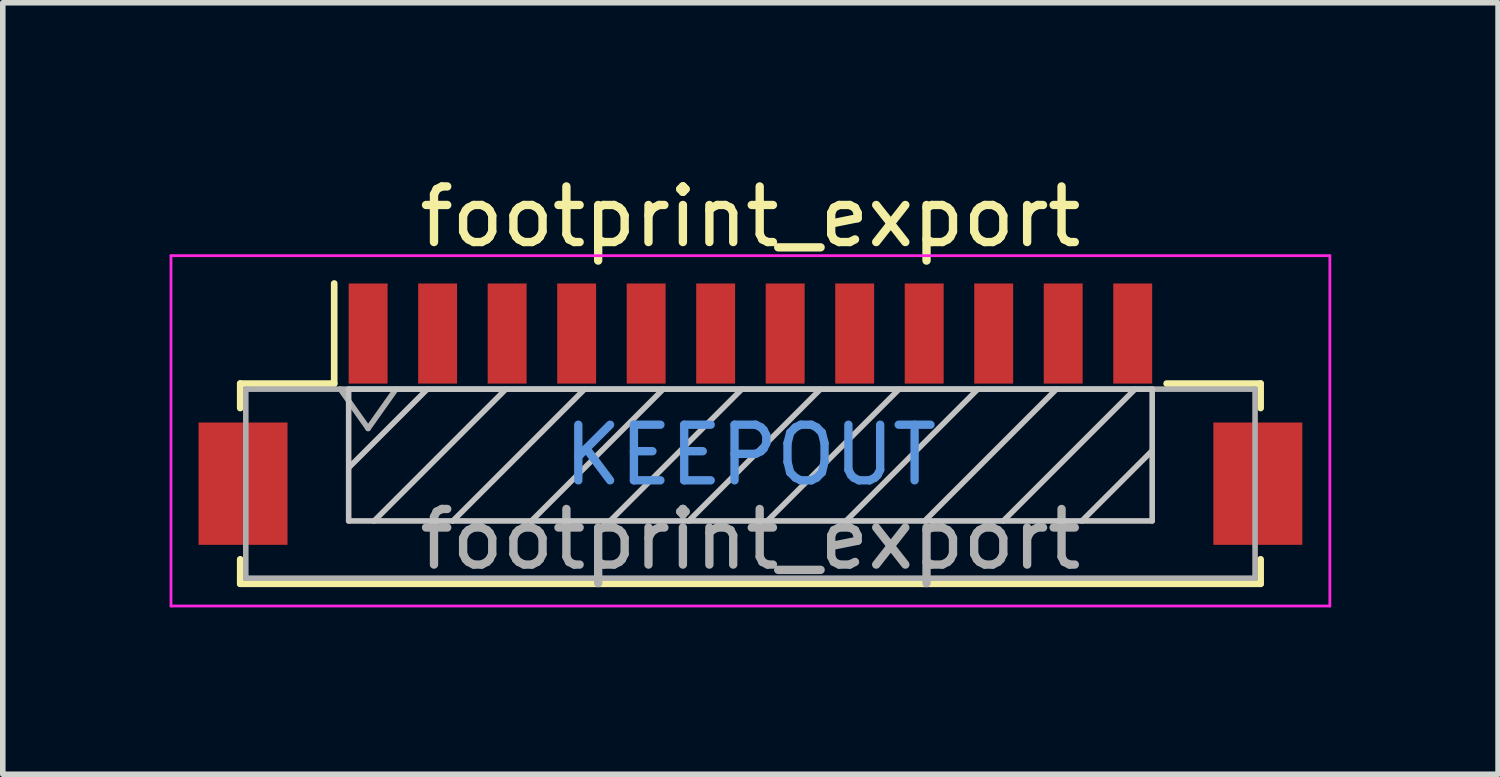
<source format=kicad_pcb>
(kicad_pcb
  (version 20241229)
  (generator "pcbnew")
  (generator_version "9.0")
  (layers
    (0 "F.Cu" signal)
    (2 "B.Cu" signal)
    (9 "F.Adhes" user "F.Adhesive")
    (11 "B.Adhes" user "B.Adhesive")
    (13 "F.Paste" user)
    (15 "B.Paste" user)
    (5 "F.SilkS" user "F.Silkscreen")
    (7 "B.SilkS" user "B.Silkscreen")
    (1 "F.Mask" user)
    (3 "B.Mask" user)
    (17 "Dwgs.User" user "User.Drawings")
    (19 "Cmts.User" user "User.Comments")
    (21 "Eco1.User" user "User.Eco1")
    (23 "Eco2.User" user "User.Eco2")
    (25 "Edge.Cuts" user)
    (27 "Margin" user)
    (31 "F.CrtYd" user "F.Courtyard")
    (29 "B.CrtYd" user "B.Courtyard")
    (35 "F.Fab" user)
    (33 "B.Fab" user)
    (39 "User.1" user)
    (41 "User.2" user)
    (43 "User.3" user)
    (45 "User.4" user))
  (footprint "footprint_export"
    (layer "F.Cu")
    (at 10.445 4.398)
    (property "Reference" "footprint_export" (at 0 -3.55 0) (layer "F.SilkS") (effects (font (size 1 1) (thickness 0.15))))
    (attr smd)
    (fp_line (start -9.175 -0.55) (end -9.175 -0.11) (stroke (width 0.12) (type solid)) (layer "F.SilkS"))
    (fp_line (start -9.175 2.61) (end -9.175 3.05) (stroke (width 0.12) (type solid)) (layer "F.SilkS"))
    (fp_line (start -9.175 3.05) (end 9.175 3.05) (stroke (width 0.12) (type solid)) (layer "F.SilkS"))
    (fp_line (start -7.485 -0.55) (end -9.175 -0.55) (stroke (width 0.12) (type solid)) (layer "F.SilkS"))
    (fp_line (start -7.485 -0.55) (end -7.485 -2.35) (stroke (width 0.12) (type solid)) (layer "F.SilkS"))
    (fp_line (start 7.485 -0.55) (end 9.175 -0.55) (stroke (width 0.12) (type solid)) (layer "F.SilkS"))
    (fp_line (start 9.175 -0.55) (end 9.175 -0.11) (stroke (width 0.12) (type solid)) (layer "F.SilkS"))
    (fp_line (start 9.175 3.05) (end 9.175 2.61) (stroke (width 0.12) (type solid)) (layer "F.SilkS"))
    (fp_line (start -7.225 -0.45) (end -7.225 1.92) (stroke (width 0.1) (type solid)) (layer "Dwgs.User"))
    (fp_line (start -7.225 1.92) (end 7.225 1.92) (stroke (width 0.1) (type solid)) (layer "Dwgs.User"))
    (fp_line (start -5.811 -0.45) (end -7.225 0.964) (stroke (width 0.1) (type solid)) (layer "Dwgs.User"))
    (fp_line (start -4.397 -0.45) (end -6.767 1.92) (stroke (width 0.1) (type solid)) (layer "Dwgs.User"))
    (fp_line (start -2.982 -0.45) (end -5.352 1.92) (stroke (width 0.1) (type solid)) (layer "Dwgs.User"))
    (fp_line (start -1.568 -0.45) (end -3.938 1.92) (stroke (width 0.1) (type solid)) (layer "Dwgs.User"))
    (fp_line (start -0.154 -0.45) (end -2.524 1.92) (stroke (width 0.1) (type solid)) (layer "Dwgs.User"))
    (fp_line (start 1.26 -0.45) (end -1.11 1.92) (stroke (width 0.1) (type solid)) (layer "Dwgs.User"))
    (fp_line (start 2.674 -0.45) (end 0.304 1.92) (stroke (width 0.1) (type solid)) (layer "Dwgs.User"))
    (fp_line (start 4.089 -0.45) (end 1.719 1.92) (stroke (width 0.1) (type solid)) (layer "Dwgs.User"))
    (fp_line (start 5.503 -0.45) (end 3.133 1.92) (stroke (width 0.1) (type solid)) (layer "Dwgs.User"))
    (fp_line (start 6.917 -0.45) (end 4.547 1.92) (stroke (width 0.1) (type solid)) (layer "Dwgs.User"))
    (fp_line (start 7.225 -0.45) (end -7.225 -0.45) (stroke (width 0.1) (type solid)) (layer "Dwgs.User"))
    (fp_line (start 7.225 0.656) (end 5.961 1.92) (stroke (width 0.1) (type solid)) (layer "Dwgs.User"))
    (fp_line (start 7.225 1.92) (end 7.225 -0.45) (stroke (width 0.1) (type solid)) (layer "Dwgs.User"))
    (fp_line (start -10.42 -2.85) (end -10.42 3.45) (stroke (width 0.05) (type solid)) (layer "F.CrtYd"))
    (fp_line (start -10.42 3.45) (end 10.42 3.45) (stroke (width 0.05) (type solid)) (layer "F.CrtYd"))
    (fp_line (start 10.42 -2.85) (end -10.42 -2.85) (stroke (width 0.05) (type solid)) (layer "F.CrtYd"))
    (fp_line (start 10.42 3.45) (end 10.42 -2.85) (stroke (width 0.05) (type solid)) (layer "F.CrtYd"))
    (fp_line (start -9.075 -0.45) (end -9.075 2.95) (stroke (width 0.1) (type solid)) (layer "F.Fab"))
    (fp_line (start -9.075 2.95) (end 9.075 2.95) (stroke (width 0.1) (type solid)) (layer "F.Fab"))
    (fp_line (start -7.375 -0.45) (end -6.875 0.257) (stroke (width 0.1) (type solid)) (layer "F.Fab"))
    (fp_line (start -6.875 0.257) (end -6.375 -0.45) (stroke (width 0.1) (type solid)) (layer "F.Fab"))
    (fp_line (start 9.075 -0.45) (end -9.075 -0.45) (stroke (width 0.1) (type solid)) (layer "F.Fab"))
    (fp_line (start 9.075 2.95) (end 9.075 -0.45) (stroke (width 0.1) (type solid)) (layer "F.Fab"))
    (fp_text user "KEEPOUT" (at 0 0.735 0) (layer "Cmts.User") (effects (font (size 1 1) (thickness 0.15))))
    (fp_text user "${REFERENCE}" (at 0 2.25 0) (layer "F.Fab") (effects (font (size 1 1) (thickness 0.15))))
    (pad "1" smd rect (at -6.875 -1.45) (size 0.7 1.8) (layers "F.Cu" "F.Mask" "F.Paste"))
    (pad "2" smd rect (at -5.625 -1.45) (size 0.7 1.8) (layers "F.Cu" "F.Mask" "F.Paste"))
    (pad "3" smd rect (at -4.375 -1.45) (size 0.7 1.8) (layers "F.Cu" "F.Mask" "F.Paste"))
    (pad "4" smd rect (at -3.125 -1.45) (size 0.7 1.8) (layers "F.Cu" "F.Mask" "F.Paste"))
    (pad "5" smd rect (at -1.875 -1.45) (size 0.7 1.8) (layers "F.Cu" "F.Mask" "F.Paste"))
    (pad "6" smd rect (at -0.625 -1.45) (size 0.7 1.8) (layers "F.Cu" "F.Mask" "F.Paste"))
    (pad "7" smd rect (at 0.625 -1.45) (size 0.7 1.8) (layers "F.Cu" "F.Mask" "F.Paste"))
    (pad "8" smd rect (at 1.875 -1.45) (size 0.7 1.8) (layers "F.Cu" "F.Mask" "F.Paste"))
    (pad "9" smd rect (at 3.125 -1.45) (size 0.7 1.8) (layers "F.Cu" "F.Mask" "F.Paste"))
    (pad "10" smd rect (at 4.375 -1.45) (size 0.7 1.8) (layers "F.Cu" "F.Mask" "F.Paste"))
    (pad "11" smd rect (at 5.625 -1.45) (size 0.7 1.8) (layers "F.Cu" "F.Mask" "F.Paste"))
    (pad "12" smd rect (at 6.875 -1.45) (size 0.7 1.8) (layers "F.Cu" "F.Mask" "F.Paste"))
    (pad "MP" smd rect (at -9.125 1.25) (size 1.6 2.2) (layers "F.Cu" "F.Mask" "F.Paste"))
    (pad "MP" smd rect (at 9.125 1.25) (size 1.6 2.2) (layers "F.Cu" "F.Mask" "F.Paste")))
  (gr_rect
    (start -3 -3)
    (end 23.89 10.873)
    (stroke (width 0.1) (type default))
    (fill no)
    (layer "Edge.Cuts")))
</source>
